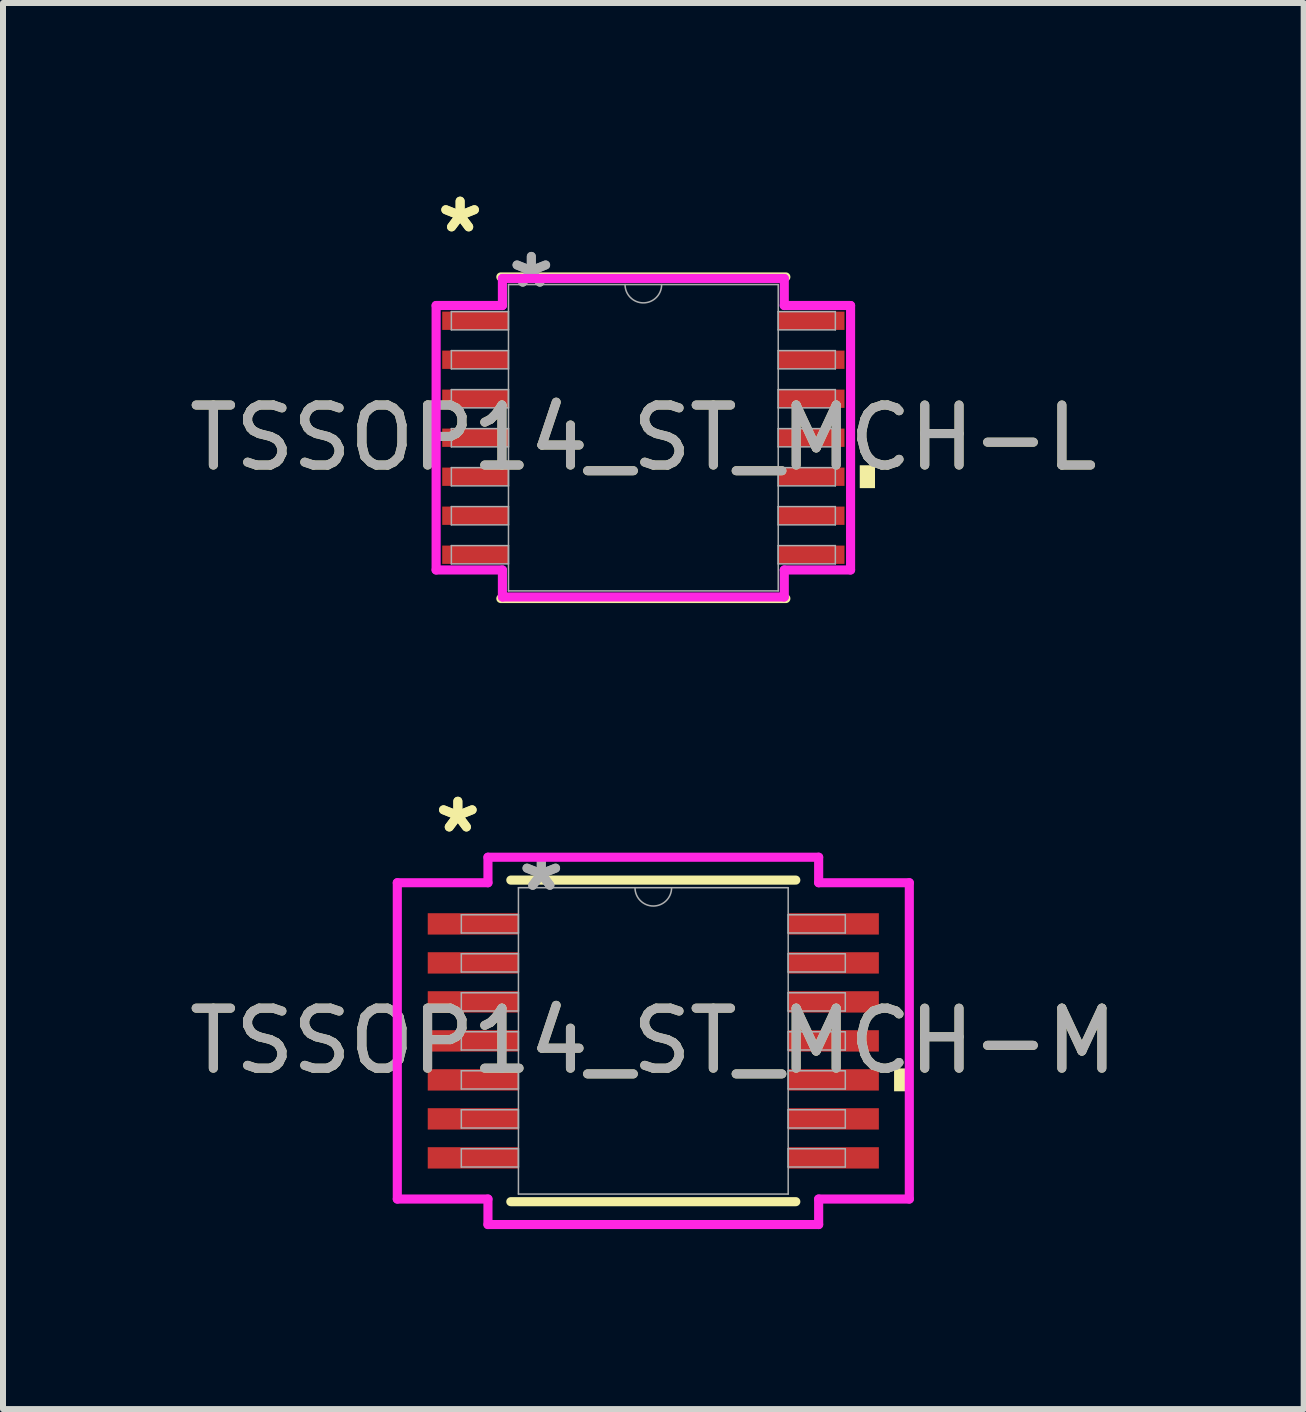
<source format=kicad_pcb>
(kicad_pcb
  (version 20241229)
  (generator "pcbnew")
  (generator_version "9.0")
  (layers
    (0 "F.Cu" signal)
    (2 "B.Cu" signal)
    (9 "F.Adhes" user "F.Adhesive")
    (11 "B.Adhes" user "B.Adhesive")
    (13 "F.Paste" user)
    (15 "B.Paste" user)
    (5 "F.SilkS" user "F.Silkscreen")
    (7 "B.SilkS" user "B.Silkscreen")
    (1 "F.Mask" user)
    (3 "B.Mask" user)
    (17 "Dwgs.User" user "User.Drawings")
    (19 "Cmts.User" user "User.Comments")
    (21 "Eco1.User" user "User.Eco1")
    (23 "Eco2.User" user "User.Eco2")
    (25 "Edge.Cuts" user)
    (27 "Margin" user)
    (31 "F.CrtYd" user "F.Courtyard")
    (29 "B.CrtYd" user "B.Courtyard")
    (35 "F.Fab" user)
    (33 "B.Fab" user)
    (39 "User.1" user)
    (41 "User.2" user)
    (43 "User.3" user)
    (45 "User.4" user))
  (footprint "TSSOP14_ST_MCH-M"
    (layer "F.Cu")
    (at 7.839 14.299)
    (property "Reference" "TSSOP14_ST_MCH-M" (at 0 0 0) (unlocked yes) (layer "F.SilkS") (effects (font (size 1 1) (thickness 0.15))))
    (attr smd)
    (fp_line (start -2.375 2.68) (end 2.375 2.68) (stroke (width 0.152) (type solid)) (layer "F.SilkS"))
    (fp_line (start 2.375 -2.68) (end -2.375 -2.68) (stroke (width 0.152) (type solid)) (layer "F.SilkS"))
    (fp_poly (pts (xy 4.267 0.459) (xy 4.267 0.84) (xy 4.013 0.84) (xy 4.013 0.459)) (stroke (width 0) (type solid)) (fill yes) (layer "F.SilkS"))
    (fp_line (start -4.267 -2.636) (end -2.756 -2.636) (stroke (width 0.152) (type solid)) (layer "F.CrtYd"))
    (fp_line (start -4.267 2.636) (end -4.267 -2.636) (stroke (width 0.152) (type solid)) (layer "F.CrtYd"))
    (fp_line (start -4.267 2.636) (end -2.756 2.636) (stroke (width 0.152) (type solid)) (layer "F.CrtYd"))
    (fp_line (start -2.756 -3.061) (end 2.756 -3.061) (stroke (width 0.152) (type solid)) (layer "F.CrtYd"))
    (fp_line (start -2.756 -2.636) (end -2.756 -3.061) (stroke (width 0.152) (type solid)) (layer "F.CrtYd"))
    (fp_line (start -2.756 3.061) (end -2.756 2.636) (stroke (width 0.152) (type solid)) (layer "F.CrtYd"))
    (fp_line (start 2.756 -3.061) (end 2.756 -2.636) (stroke (width 0.152) (type solid)) (layer "F.CrtYd"))
    (fp_line (start 2.756 2.636) (end 2.756 3.061) (stroke (width 0.152) (type solid)) (layer "F.CrtYd"))
    (fp_line (start 2.756 3.061) (end -2.756 3.061) (stroke (width 0.152) (type solid)) (layer "F.CrtYd"))
    (fp_line (start 4.267 -2.636) (end 2.756 -2.636) (stroke (width 0.152) (type solid)) (layer "F.CrtYd"))
    (fp_line (start 4.267 -2.636) (end 4.267 2.636) (stroke (width 0.152) (type solid)) (layer "F.CrtYd"))
    (fp_line (start 4.267 2.636) (end 2.756 2.636) (stroke (width 0.152) (type solid)) (layer "F.CrtYd"))
    (fp_line (start -3.2 -2.102) (end -3.2 -1.798) (stroke (width 0.025) (type solid)) (layer "F.Fab"))
    (fp_line (start -3.2 -1.798) (end -2.248 -1.798) (stroke (width 0.025) (type solid)) (layer "F.Fab"))
    (fp_line (start -3.2 -1.452) (end -3.2 -1.148) (stroke (width 0.025) (type solid)) (layer "F.Fab"))
    (fp_line (start -3.2 -1.148) (end -2.248 -1.148) (stroke (width 0.025) (type solid)) (layer "F.Fab"))
    (fp_line (start -3.2 -0.802) (end -3.2 -0.498) (stroke (width 0.025) (type solid)) (layer "F.Fab"))
    (fp_line (start -3.2 -0.498) (end -2.248 -0.498) (stroke (width 0.025) (type solid)) (layer "F.Fab"))
    (fp_line (start -3.2 -0.152) (end -3.2 0.152) (stroke (width 0.025) (type solid)) (layer "F.Fab"))
    (fp_line (start -3.2 0.152) (end -2.248 0.152) (stroke (width 0.025) (type solid)) (layer "F.Fab"))
    (fp_line (start -3.2 0.498) (end -3.2 0.802) (stroke (width 0.025) (type solid)) (layer "F.Fab"))
    (fp_line (start -3.2 0.802) (end -2.248 0.802) (stroke (width 0.025) (type solid)) (layer "F.Fab"))
    (fp_line (start -3.2 1.148) (end -3.2 1.452) (stroke (width 0.025) (type solid)) (layer "F.Fab"))
    (fp_line (start -3.2 1.452) (end -2.248 1.452) (stroke (width 0.025) (type solid)) (layer "F.Fab"))
    (fp_line (start -3.2 1.798) (end -3.2 2.102) (stroke (width 0.025) (type solid)) (layer "F.Fab"))
    (fp_line (start -3.2 2.102) (end -2.248 2.102) (stroke (width 0.025) (type solid)) (layer "F.Fab"))
    (fp_line (start -2.248 -2.553) (end -2.248 2.553) (stroke (width 0.025) (type solid)) (layer "F.Fab"))
    (fp_line (start -2.248 -2.102) (end -3.2 -2.102) (stroke (width 0.025) (type solid)) (layer "F.Fab"))
    (fp_line (start -2.248 -1.798) (end -2.248 -2.102) (stroke (width 0.025) (type solid)) (layer "F.Fab"))
    (fp_line (start -2.248 -1.452) (end -3.2 -1.452) (stroke (width 0.025) (type solid)) (layer "F.Fab"))
    (fp_line (start -2.248 -1.148) (end -2.248 -1.452) (stroke (width 0.025) (type solid)) (layer "F.Fab"))
    (fp_line (start -2.248 -0.802) (end -3.2 -0.802) (stroke (width 0.025) (type solid)) (layer "F.Fab"))
    (fp_line (start -2.248 -0.498) (end -2.248 -0.802) (stroke (width 0.025) (type solid)) (layer "F.Fab"))
    (fp_line (start -2.248 -0.152) (end -3.2 -0.152) (stroke (width 0.025) (type solid)) (layer "F.Fab"))
    (fp_line (start -2.248 0.152) (end -2.248 -0.152) (stroke (width 0.025) (type solid)) (layer "F.Fab"))
    (fp_line (start -2.248 0.498) (end -3.2 0.498) (stroke (width 0.025) (type solid)) (layer "F.Fab"))
    (fp_line (start -2.248 0.802) (end -2.248 0.498) (stroke (width 0.025) (type solid)) (layer "F.Fab"))
    (fp_line (start -2.248 1.148) (end -3.2 1.148) (stroke (width 0.025) (type solid)) (layer "F.Fab"))
    (fp_line (start -2.248 1.452) (end -2.248 1.148) (stroke (width 0.025) (type solid)) (layer "F.Fab"))
    (fp_line (start -2.248 1.798) (end -3.2 1.798) (stroke (width 0.025) (type solid)) (layer "F.Fab"))
    (fp_line (start -2.248 2.102) (end -2.248 1.798) (stroke (width 0.025) (type solid)) (layer "F.Fab"))
    (fp_line (start -2.248 2.553) (end 2.248 2.553) (stroke (width 0.025) (type solid)) (layer "F.Fab"))
    (fp_line (start 2.248 -2.553) (end -2.248 -2.553) (stroke (width 0.025) (type solid)) (layer "F.Fab"))
    (fp_line (start 2.248 -2.102) (end 2.248 -1.798) (stroke (width 0.025) (type solid)) (layer "F.Fab"))
    (fp_line (start 2.248 -1.798) (end 3.2 -1.798) (stroke (width 0.025) (type solid)) (layer "F.Fab"))
    (fp_line (start 2.248 -1.452) (end 2.248 -1.148) (stroke (width 0.025) (type solid)) (layer "F.Fab"))
    (fp_line (start 2.248 -1.148) (end 3.2 -1.148) (stroke (width 0.025) (type solid)) (layer "F.Fab"))
    (fp_line (start 2.248 -0.802) (end 2.248 -0.498) (stroke (width 0.025) (type solid)) (layer "F.Fab"))
    (fp_line (start 2.248 -0.498) (end 3.2 -0.498) (stroke (width 0.025) (type solid)) (layer "F.Fab"))
    (fp_line (start 2.248 -0.152) (end 2.248 0.152) (stroke (width 0.025) (type solid)) (layer "F.Fab"))
    (fp_line (start 2.248 0.152) (end 3.2 0.152) (stroke (width 0.025) (type solid)) (layer "F.Fab"))
    (fp_line (start 2.248 0.498) (end 2.248 0.802) (stroke (width 0.025) (type solid)) (layer "F.Fab"))
    (fp_line (start 2.248 0.802) (end 3.2 0.802) (stroke (width 0.025) (type solid)) (layer "F.Fab"))
    (fp_line (start 2.248 1.148) (end 2.248 1.452) (stroke (width 0.025) (type solid)) (layer "F.Fab"))
    (fp_line (start 2.248 1.452) (end 3.2 1.452) (stroke (width 0.025) (type solid)) (layer "F.Fab"))
    (fp_line (start 2.248 1.798) (end 2.248 2.102) (stroke (width 0.025) (type solid)) (layer "F.Fab"))
    (fp_line (start 2.248 2.102) (end 3.2 2.102) (stroke (width 0.025) (type solid)) (layer "F.Fab"))
    (fp_line (start 2.248 2.553) (end 2.248 -2.553) (stroke (width 0.025) (type solid)) (layer "F.Fab"))
    (fp_line (start 3.2 -2.102) (end 2.248 -2.102) (stroke (width 0.025) (type solid)) (layer "F.Fab"))
    (fp_line (start 3.2 -1.798) (end 3.2 -2.102) (stroke (width 0.025) (type solid)) (layer "F.Fab"))
    (fp_line (start 3.2 -1.452) (end 2.248 -1.452) (stroke (width 0.025) (type solid)) (layer "F.Fab"))
    (fp_line (start 3.2 -1.148) (end 3.2 -1.452) (stroke (width 0.025) (type solid)) (layer "F.Fab"))
    (fp_line (start 3.2 -0.802) (end 2.248 -0.802) (stroke (width 0.025) (type solid)) (layer "F.Fab"))
    (fp_line (start 3.2 -0.498) (end 3.2 -0.802) (stroke (width 0.025) (type solid)) (layer "F.Fab"))
    (fp_line (start 3.2 -0.152) (end 2.248 -0.152) (stroke (width 0.025) (type solid)) (layer "F.Fab"))
    (fp_line (start 3.2 0.152) (end 3.2 -0.152) (stroke (width 0.025) (type solid)) (layer "F.Fab"))
    (fp_line (start 3.2 0.498) (end 2.248 0.498) (stroke (width 0.025) (type solid)) (layer "F.Fab"))
    (fp_line (start 3.2 0.802) (end 3.2 0.498) (stroke (width 0.025) (type solid)) (layer "F.Fab"))
    (fp_line (start 3.2 1.148) (end 2.248 1.148) (stroke (width 0.025) (type solid)) (layer "F.Fab"))
    (fp_line (start 3.2 1.452) (end 3.2 1.148) (stroke (width 0.025) (type solid)) (layer "F.Fab"))
    (fp_line (start 3.2 1.798) (end 2.248 1.798) (stroke (width 0.025) (type solid)) (layer "F.Fab"))
    (fp_line (start 3.2 2.102) (end 3.2 1.798) (stroke (width 0.025) (type solid)) (layer "F.Fab"))
    (fp_arc (start 0.3048 -2.5527) (mid 0 -2.2479) (end -0.3048 -2.5527) (stroke (width 0.0254) (type solid)) (layer "F.Fab"))
    (fp_text user "*" (at -3.258 -3.449 0) (unlocked yes) (layer "F.SilkS") (effects (font (size 1 1) (thickness 0.15))))
    (fp_text user "*" (at -3.258 -3.449 0) (layer "F.SilkS") (effects (font (size 1 1) (thickness 0.15))))
    (fp_text user "*" (at -1.867 -2.477 0) (unlocked yes) (layer "F.Fab") (effects (font (size 1 1) (thickness 0.15))))
    (fp_text user "${REFERENCE}" (at 0 0 0) (unlocked yes) (layer "F.Fab") (effects (font (size 1 1) (thickness 0.15))))
    (fp_text user "*" (at -1.867 -2.477 0) (layer "F.Fab") (effects (font (size 1 1) (thickness 0.15))))
    (pad "1" smd rect (at -3.004 -1.95) (size 1.511 0.356) (layers "F.Cu" "F.Mask" "F.Paste"))
    (pad "2" smd rect (at -3.004 -1.3) (size 1.511 0.356) (layers "F.Cu" "F.Mask" "F.Paste"))
    (pad "3" smd rect (at -3.004 -0.65) (size 1.511 0.356) (layers "F.Cu" "F.Mask" "F.Paste"))
    (pad "4" smd rect (at -3.004 0) (size 1.511 0.356) (layers "F.Cu" "F.Mask" "F.Paste"))
    (pad "5" smd rect (at -3.004 0.65) (size 1.511 0.356) (layers "F.Cu" "F.Mask" "F.Paste"))
    (pad "6" smd rect (at -3.004 1.3) (size 1.511 0.356) (layers "F.Cu" "F.Mask" "F.Paste"))
    (pad "7" smd rect (at -3.004 1.95) (size 1.511 0.356) (layers "F.Cu" "F.Mask" "F.Paste"))
    (pad "8" smd rect (at 3.004 1.95) (size 1.511 0.356) (layers "F.Cu" "F.Mask" "F.Paste"))
    (pad "9" smd rect (at 3.004 1.3) (size 1.511 0.356) (layers "F.Cu" "F.Mask" "F.Paste"))
    (pad "10" smd rect (at 3.004 0.65) (size 1.511 0.356) (layers "F.Cu" "F.Mask" "F.Paste"))
    (pad "11" smd rect (at 3.004 0) (size 1.511 0.356) (layers "F.Cu" "F.Mask" "F.Paste"))
    (pad "12" smd rect (at 3.004 -0.65) (size 1.511 0.356) (layers "F.Cu" "F.Mask" "F.Paste"))
    (pad "13" smd rect (at 3.004 -1.3) (size 1.511 0.356) (layers "F.Cu" "F.Mask" "F.Paste"))
    (pad "14" smd rect (at 3.004 -1.95) (size 1.511 0.356) (layers "F.Cu" "F.Mask" "F.Paste")))
  (footprint "TSSOP14_ST_MCH-L"
    (layer "F.Cu")
    (at 7.673 4.246)
    (property "Reference" "TSSOP14_ST_MCH-L" (at 0 0 0) (unlocked yes) (layer "F.SilkS") (effects (font (size 1 1) (thickness 0.15))))
    (attr smd)
    (fp_line (start -2.375 2.68) (end 2.375 2.68) (stroke (width 0.152) (type solid)) (layer "F.SilkS"))
    (fp_line (start 2.375 -2.68) (end -2.375 -2.68) (stroke (width 0.152) (type solid)) (layer "F.SilkS"))
    (fp_poly (pts (xy 3.861 0.459) (xy 3.861 0.84) (xy 3.607 0.84) (xy 3.607 0.459)) (stroke (width 0) (type solid)) (fill yes) (layer "F.SilkS"))
    (fp_line (start -3.454 -2.204) (end -2.349 -2.204) (stroke (width 0.152) (type solid)) (layer "F.CrtYd"))
    (fp_line (start -3.454 2.204) (end -3.454 -2.204) (stroke (width 0.152) (type solid)) (layer "F.CrtYd"))
    (fp_line (start -3.454 2.204) (end -2.349 2.204) (stroke (width 0.152) (type solid)) (layer "F.CrtYd"))
    (fp_line (start -2.349 -2.654) (end 2.349 -2.654) (stroke (width 0.152) (type solid)) (layer "F.CrtYd"))
    (fp_line (start -2.349 -2.204) (end -2.349 -2.654) (stroke (width 0.152) (type solid)) (layer "F.CrtYd"))
    (fp_line (start -2.349 2.654) (end -2.349 2.204) (stroke (width 0.152) (type solid)) (layer "F.CrtYd"))
    (fp_line (start 2.349 -2.654) (end 2.349 -2.204) (stroke (width 0.152) (type solid)) (layer "F.CrtYd"))
    (fp_line (start 2.349 2.204) (end 2.349 2.654) (stroke (width 0.152) (type solid)) (layer "F.CrtYd"))
    (fp_line (start 2.349 2.654) (end -2.349 2.654) (stroke (width 0.152) (type solid)) (layer "F.CrtYd"))
    (fp_line (start 3.454 -2.204) (end 2.349 -2.204) (stroke (width 0.152) (type solid)) (layer "F.CrtYd"))
    (fp_line (start 3.454 -2.204) (end 3.454 2.204) (stroke (width 0.152) (type solid)) (layer "F.CrtYd"))
    (fp_line (start 3.454 2.204) (end 2.349 2.204) (stroke (width 0.152) (type solid)) (layer "F.CrtYd"))
    (fp_line (start -3.2 -2.102) (end -3.2 -1.798) (stroke (width 0.025) (type solid)) (layer "F.Fab"))
    (fp_line (start -3.2 -1.798) (end -2.248 -1.798) (stroke (width 0.025) (type solid)) (layer "F.Fab"))
    (fp_line (start -3.2 -1.452) (end -3.2 -1.148) (stroke (width 0.025) (type solid)) (layer "F.Fab"))
    (fp_line (start -3.2 -1.148) (end -2.248 -1.148) (stroke (width 0.025) (type solid)) (layer "F.Fab"))
    (fp_line (start -3.2 -0.802) (end -3.2 -0.498) (stroke (width 0.025) (type solid)) (layer "F.Fab"))
    (fp_line (start -3.2 -0.498) (end -2.248 -0.498) (stroke (width 0.025) (type solid)) (layer "F.Fab"))
    (fp_line (start -3.2 -0.152) (end -3.2 0.152) (stroke (width 0.025) (type solid)) (layer "F.Fab"))
    (fp_line (start -3.2 0.152) (end -2.248 0.152) (stroke (width 0.025) (type solid)) (layer "F.Fab"))
    (fp_line (start -3.2 0.498) (end -3.2 0.802) (stroke (width 0.025) (type solid)) (layer "F.Fab"))
    (fp_line (start -3.2 0.802) (end -2.248 0.802) (stroke (width 0.025) (type solid)) (layer "F.Fab"))
    (fp_line (start -3.2 1.148) (end -3.2 1.452) (stroke (width 0.025) (type solid)) (layer "F.Fab"))
    (fp_line (start -3.2 1.452) (end -2.248 1.452) (stroke (width 0.025) (type solid)) (layer "F.Fab"))
    (fp_line (start -3.2 1.798) (end -3.2 2.102) (stroke (width 0.025) (type solid)) (layer "F.Fab"))
    (fp_line (start -3.2 2.102) (end -2.248 2.102) (stroke (width 0.025) (type solid)) (layer "F.Fab"))
    (fp_line (start -2.248 -2.553) (end -2.248 2.553) (stroke (width 0.025) (type solid)) (layer "F.Fab"))
    (fp_line (start -2.248 -2.102) (end -3.2 -2.102) (stroke (width 0.025) (type solid)) (layer "F.Fab"))
    (fp_line (start -2.248 -1.798) (end -2.248 -2.102) (stroke (width 0.025) (type solid)) (layer "F.Fab"))
    (fp_line (start -2.248 -1.452) (end -3.2 -1.452) (stroke (width 0.025) (type solid)) (layer "F.Fab"))
    (fp_line (start -2.248 -1.148) (end -2.248 -1.452) (stroke (width 0.025) (type solid)) (layer "F.Fab"))
    (fp_line (start -2.248 -0.802) (end -3.2 -0.802) (stroke (width 0.025) (type solid)) (layer "F.Fab"))
    (fp_line (start -2.248 -0.498) (end -2.248 -0.802) (stroke (width 0.025) (type solid)) (layer "F.Fab"))
    (fp_line (start -2.248 -0.152) (end -3.2 -0.152) (stroke (width 0.025) (type solid)) (layer "F.Fab"))
    (fp_line (start -2.248 0.152) (end -2.248 -0.152) (stroke (width 0.025) (type solid)) (layer "F.Fab"))
    (fp_line (start -2.248 0.498) (end -3.2 0.498) (stroke (width 0.025) (type solid)) (layer "F.Fab"))
    (fp_line (start -2.248 0.802) (end -2.248 0.498) (stroke (width 0.025) (type solid)) (layer "F.Fab"))
    (fp_line (start -2.248 1.148) (end -3.2 1.148) (stroke (width 0.025) (type solid)) (layer "F.Fab"))
    (fp_line (start -2.248 1.452) (end -2.248 1.148) (stroke (width 0.025) (type solid)) (layer "F.Fab"))
    (fp_line (start -2.248 1.798) (end -3.2 1.798) (stroke (width 0.025) (type solid)) (layer "F.Fab"))
    (fp_line (start -2.248 2.102) (end -2.248 1.798) (stroke (width 0.025) (type solid)) (layer "F.Fab"))
    (fp_line (start -2.248 2.553) (end 2.248 2.553) (stroke (width 0.025) (type solid)) (layer "F.Fab"))
    (fp_line (start 2.248 -2.553) (end -2.248 -2.553) (stroke (width 0.025) (type solid)) (layer "F.Fab"))
    (fp_line (start 2.248 -2.102) (end 2.248 -1.798) (stroke (width 0.025) (type solid)) (layer "F.Fab"))
    (fp_line (start 2.248 -1.798) (end 3.2 -1.798) (stroke (width 0.025) (type solid)) (layer "F.Fab"))
    (fp_line (start 2.248 -1.452) (end 2.248 -1.148) (stroke (width 0.025) (type solid)) (layer "F.Fab"))
    (fp_line (start 2.248 -1.148) (end 3.2 -1.148) (stroke (width 0.025) (type solid)) (layer "F.Fab"))
    (fp_line (start 2.248 -0.802) (end 2.248 -0.498) (stroke (width 0.025) (type solid)) (layer "F.Fab"))
    (fp_line (start 2.248 -0.498) (end 3.2 -0.498) (stroke (width 0.025) (type solid)) (layer "F.Fab"))
    (fp_line (start 2.248 -0.152) (end 2.248 0.152) (stroke (width 0.025) (type solid)) (layer "F.Fab"))
    (fp_line (start 2.248 0.152) (end 3.2 0.152) (stroke (width 0.025) (type solid)) (layer "F.Fab"))
    (fp_line (start 2.248 0.498) (end 2.248 0.802) (stroke (width 0.025) (type solid)) (layer "F.Fab"))
    (fp_line (start 2.248 0.802) (end 3.2 0.802) (stroke (width 0.025) (type solid)) (layer "F.Fab"))
    (fp_line (start 2.248 1.148) (end 2.248 1.452) (stroke (width 0.025) (type solid)) (layer "F.Fab"))
    (fp_line (start 2.248 1.452) (end 3.2 1.452) (stroke (width 0.025) (type solid)) (layer "F.Fab"))
    (fp_line (start 2.248 1.798) (end 2.248 2.102) (stroke (width 0.025) (type solid)) (layer "F.Fab"))
    (fp_line (start 2.248 2.102) (end 3.2 2.102) (stroke (width 0.025) (type solid)) (layer "F.Fab"))
    (fp_line (start 2.248 2.553) (end 2.248 -2.553) (stroke (width 0.025) (type solid)) (layer "F.Fab"))
    (fp_line (start 3.2 -2.102) (end 2.248 -2.102) (stroke (width 0.025) (type solid)) (layer "F.Fab"))
    (fp_line (start 3.2 -1.798) (end 3.2 -2.102) (stroke (width 0.025) (type solid)) (layer "F.Fab"))
    (fp_line (start 3.2 -1.452) (end 2.248 -1.452) (stroke (width 0.025) (type solid)) (layer "F.Fab"))
    (fp_line (start 3.2 -1.148) (end 3.2 -1.452) (stroke (width 0.025) (type solid)) (layer "F.Fab"))
    (fp_line (start 3.2 -0.802) (end 2.248 -0.802) (stroke (width 0.025) (type solid)) (layer "F.Fab"))
    (fp_line (start 3.2 -0.498) (end 3.2 -0.802) (stroke (width 0.025) (type solid)) (layer "F.Fab"))
    (fp_line (start 3.2 -0.152) (end 2.248 -0.152) (stroke (width 0.025) (type solid)) (layer "F.Fab"))
    (fp_line (start 3.2 0.152) (end 3.2 -0.152) (stroke (width 0.025) (type solid)) (layer "F.Fab"))
    (fp_line (start 3.2 0.498) (end 2.248 0.498) (stroke (width 0.025) (type solid)) (layer "F.Fab"))
    (fp_line (start 3.2 0.802) (end 3.2 0.498) (stroke (width 0.025) (type solid)) (layer "F.Fab"))
    (fp_line (start 3.2 1.148) (end 2.248 1.148) (stroke (width 0.025) (type solid)) (layer "F.Fab"))
    (fp_line (start 3.2 1.452) (end 3.2 1.148) (stroke (width 0.025) (type solid)) (layer "F.Fab"))
    (fp_line (start 3.2 1.798) (end 2.248 1.798) (stroke (width 0.025) (type solid)) (layer "F.Fab"))
    (fp_line (start 3.2 2.102) (end 3.2 1.798) (stroke (width 0.025) (type solid)) (layer "F.Fab"))
    (fp_arc (start 0.3048 -2.5527) (mid 0 -2.2479) (end -0.3048 -2.5527) (stroke (width 0.0254) (type solid)) (layer "F.Fab"))
    (fp_text user "*" (at -3.054 -3.398 0) (unlocked yes) (layer "F.SilkS") (effects (font (size 1 1) (thickness 0.15))))
    (fp_text user "*" (at -3.054 -3.398 0) (layer "F.SilkS") (effects (font (size 1 1) (thickness 0.15))))
    (fp_text user "*" (at -1.867 -2.477 0) (layer "F.Fab") (effects (font (size 1 1) (thickness 0.15))))
    (fp_text user "${REFERENCE}" (at 0 0 0) (unlocked yes) (layer "F.Fab") (effects (font (size 1 1) (thickness 0.15))))
    (fp_text user "*" (at -1.867 -2.477 0) (unlocked yes) (layer "F.Fab") (effects (font (size 1 1) (thickness 0.15))))
    (pad "1" smd rect (at -2.8 -1.95) (size 1.105 0.305) (layers "F.Cu" "F.Mask" "F.Paste"))
    (pad "2" smd rect (at -2.8 -1.3) (size 1.105 0.305) (layers "F.Cu" "F.Mask" "F.Paste"))
    (pad "3" smd rect (at -2.8 -0.65) (size 1.105 0.305) (layers "F.Cu" "F.Mask" "F.Paste"))
    (pad "4" smd rect (at -2.8 0) (size 1.105 0.305) (layers "F.Cu" "F.Mask" "F.Paste"))
    (pad "5" smd rect (at -2.8 0.65) (size 1.105 0.305) (layers "F.Cu" "F.Mask" "F.Paste"))
    (pad "6" smd rect (at -2.8 1.3) (size 1.105 0.305) (layers "F.Cu" "F.Mask" "F.Paste"))
    (pad "7" smd rect (at -2.8 1.95) (size 1.105 0.305) (layers "F.Cu" "F.Mask" "F.Paste"))
    (pad "8" smd rect (at 2.8 1.95) (size 1.105 0.305) (layers "F.Cu" "F.Mask" "F.Paste"))
    (pad "9" smd rect (at 2.8 1.3) (size 1.105 0.305) (layers "F.Cu" "F.Mask" "F.Paste"))
    (pad "10" smd rect (at 2.8 0.65) (size 1.105 0.305) (layers "F.Cu" "F.Mask" "F.Paste"))
    (pad "11" smd rect (at 2.8 0) (size 1.105 0.305) (layers "F.Cu" "F.Mask" "F.Paste"))
    (pad "12" smd rect (at 2.8 -0.65) (size 1.105 0.305) (layers "F.Cu" "F.Mask" "F.Paste"))
    (pad "13" smd rect (at 2.8 -1.3) (size 1.105 0.305) (layers "F.Cu" "F.Mask" "F.Paste"))
    (pad "14" smd rect (at 2.8 -1.95) (size 1.105 0.305) (layers "F.Cu" "F.Mask" "F.Paste")))
  (gr_rect
    (start -3 -3)
    (end 18.679 20.436)
    (stroke (width 0.1) (type default))
    (fill no)
    (layer "Edge.Cuts")))
</source>
